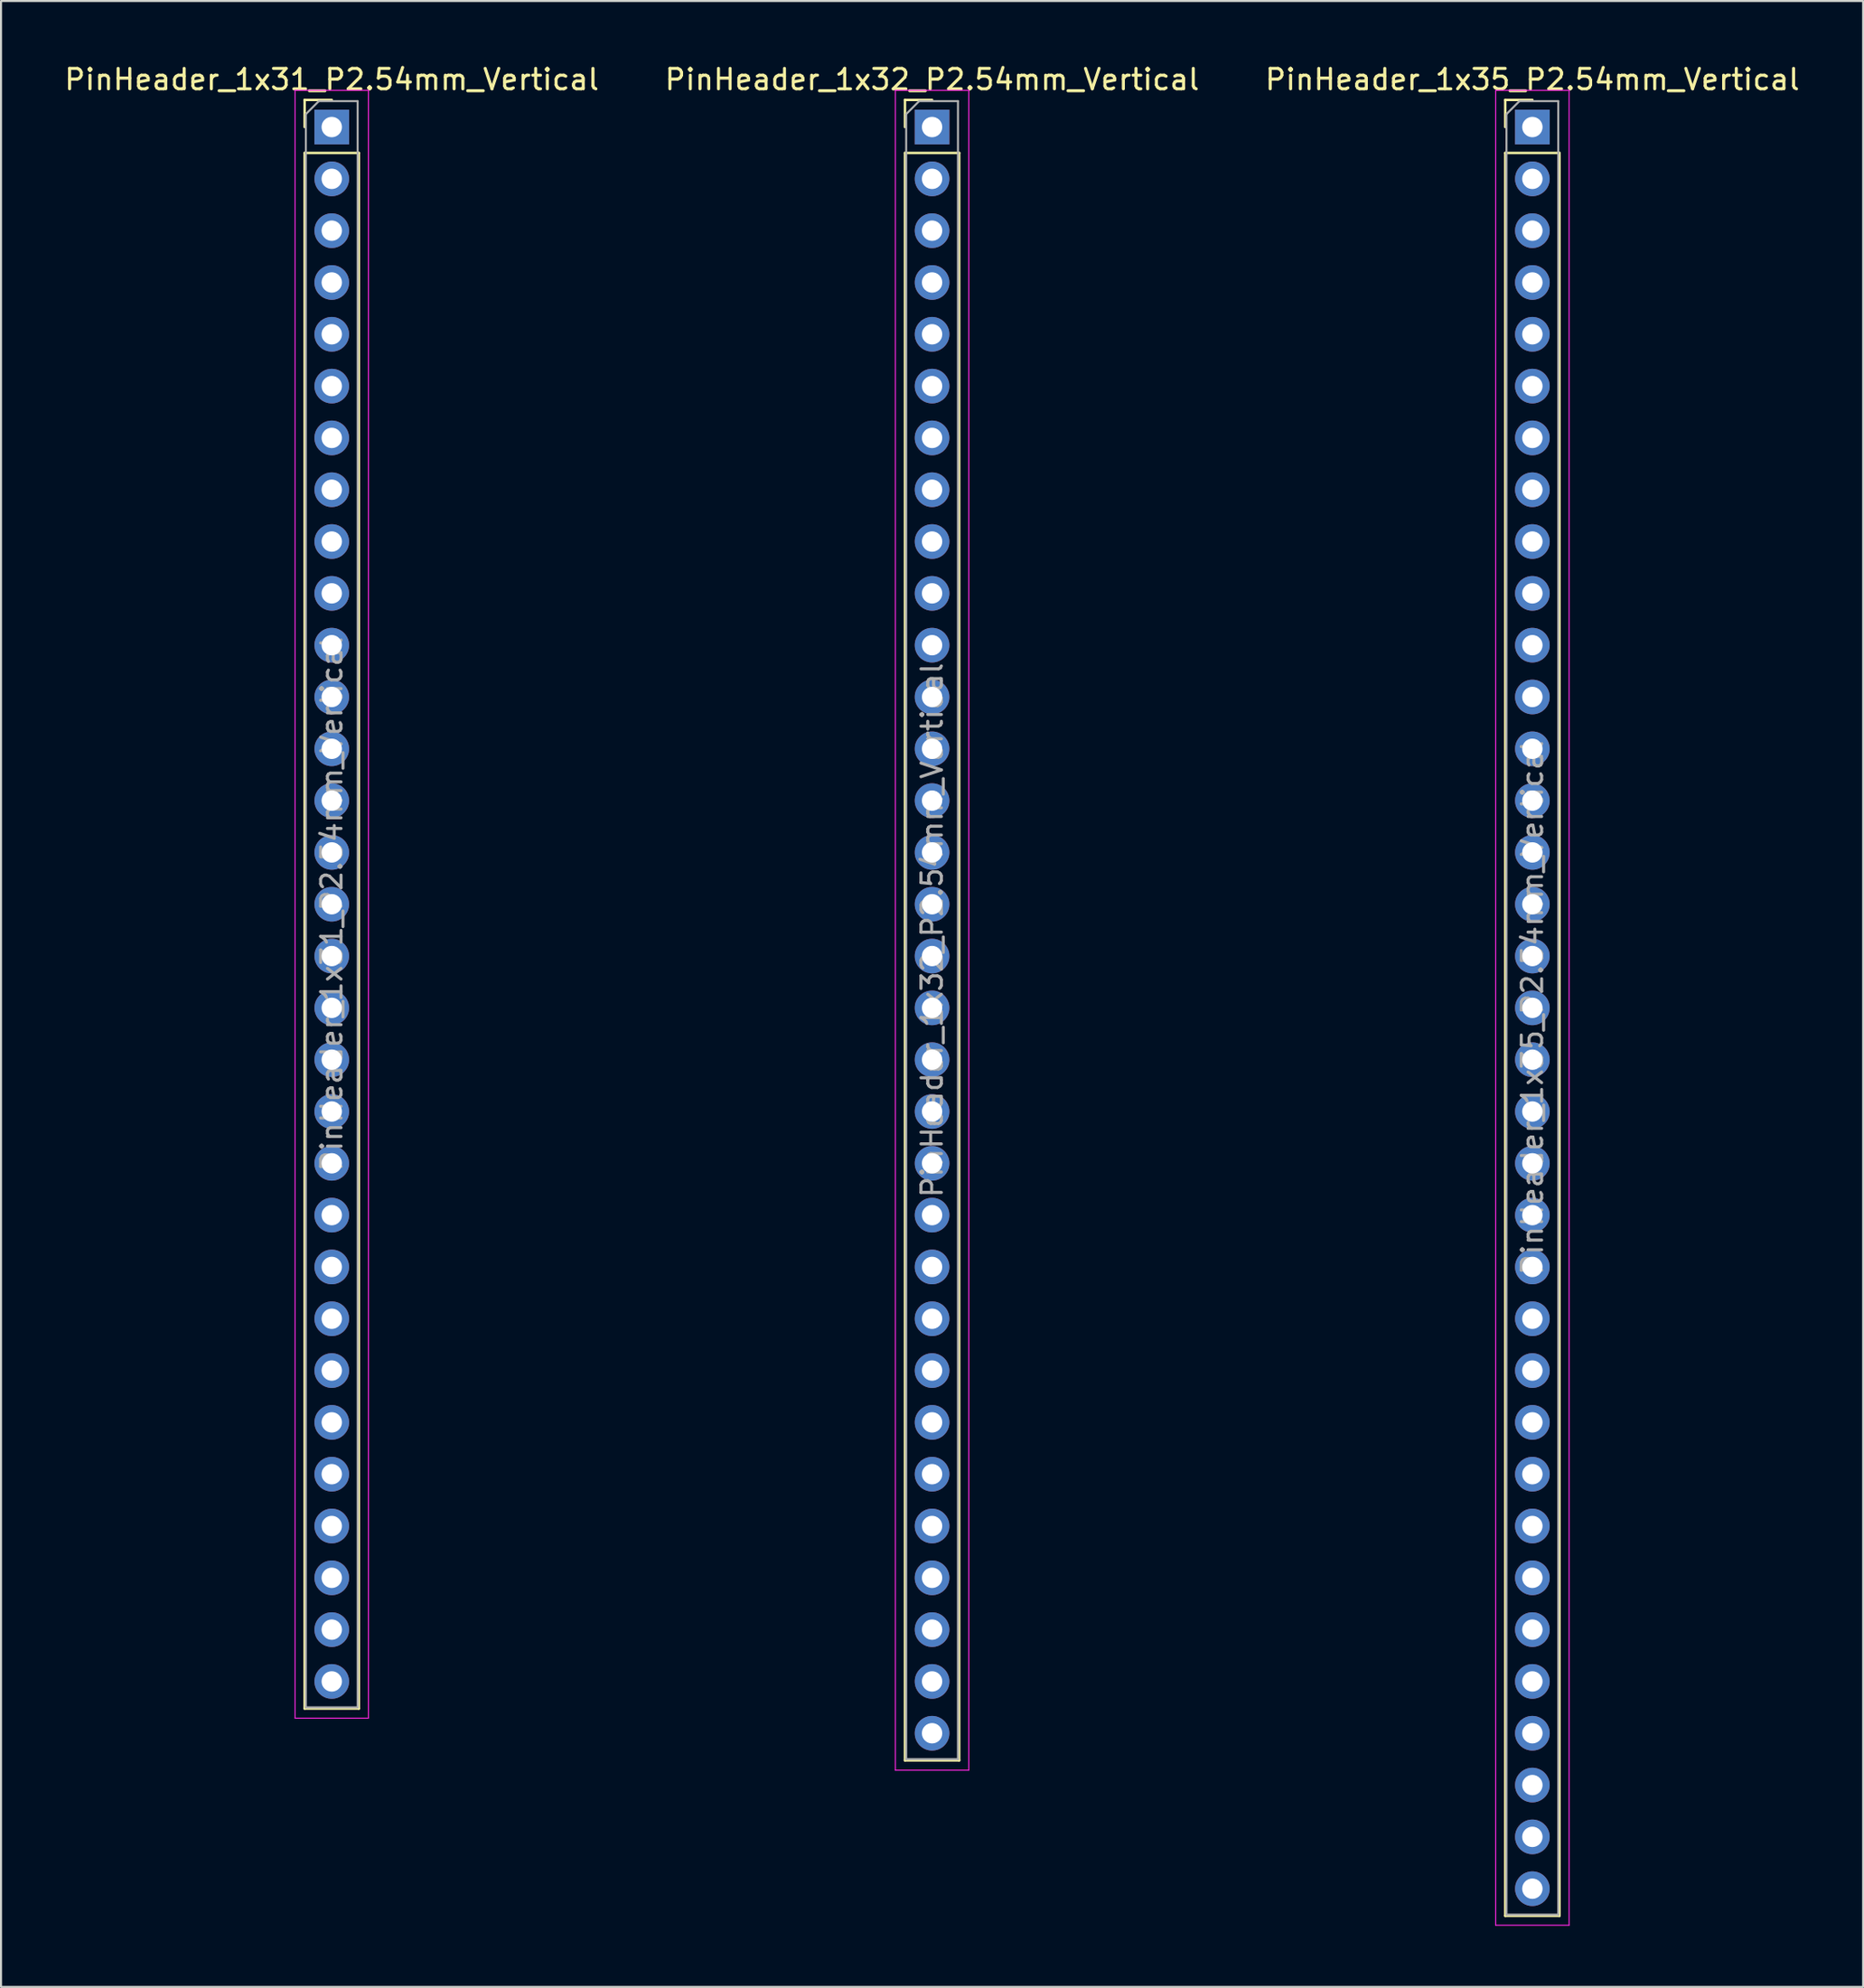
<source format=kicad_pcb>
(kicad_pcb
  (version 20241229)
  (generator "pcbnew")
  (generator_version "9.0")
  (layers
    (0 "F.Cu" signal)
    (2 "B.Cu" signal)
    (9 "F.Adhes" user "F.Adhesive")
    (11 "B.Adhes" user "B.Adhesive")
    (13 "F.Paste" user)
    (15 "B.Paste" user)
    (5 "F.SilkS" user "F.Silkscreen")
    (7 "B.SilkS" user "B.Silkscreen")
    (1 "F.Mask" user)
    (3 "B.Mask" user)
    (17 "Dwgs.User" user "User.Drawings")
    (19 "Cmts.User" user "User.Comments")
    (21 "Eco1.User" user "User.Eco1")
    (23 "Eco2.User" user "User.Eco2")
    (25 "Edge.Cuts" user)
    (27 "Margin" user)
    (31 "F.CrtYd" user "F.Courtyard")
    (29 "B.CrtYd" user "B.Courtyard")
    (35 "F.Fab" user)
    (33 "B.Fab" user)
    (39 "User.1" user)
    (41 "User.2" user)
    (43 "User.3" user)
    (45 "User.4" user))
  (footprint "PinHeader_1x31_P2.54mm_Vertical"
    (layer "F.Cu")
    (at 13.22 3.178)
    (property "Reference" "PinHeader_1x31_P2.54mm_Vertical" (at 0 -2.33 0) (layer "F.SilkS") (effects (font (size 1 1) (thickness 0.15))))
    (attr through_hole)
    (fp_line (start -1.33 -1.33) (end 0 -1.33) (stroke (width 0.12) (type solid)) (layer "F.SilkS"))
    (fp_line (start -1.33 0) (end -1.33 -1.33) (stroke (width 0.12) (type solid)) (layer "F.SilkS"))
    (fp_line (start -1.33 1.27) (end -1.33 77.53) (stroke (width 0.12) (type solid)) (layer "F.SilkS"))
    (fp_line (start -1.33 1.27) (end 1.33 1.27) (stroke (width 0.12) (type solid)) (layer "F.SilkS"))
    (fp_line (start -1.33 77.53) (end 1.33 77.53) (stroke (width 0.12) (type solid)) (layer "F.SilkS"))
    (fp_line (start 1.33 1.27) (end 1.33 77.53) (stroke (width 0.12) (type solid)) (layer "F.SilkS"))
    (fp_line (start -1.8 -1.8) (end -1.8 78) (stroke (width 0.05) (type solid)) (layer "F.CrtYd"))
    (fp_line (start -1.8 78) (end 1.8 78) (stroke (width 0.05) (type solid)) (layer "F.CrtYd"))
    (fp_line (start 1.8 -1.8) (end -1.8 -1.8) (stroke (width 0.05) (type solid)) (layer "F.CrtYd"))
    (fp_line (start 1.8 78) (end 1.8 -1.8) (stroke (width 0.05) (type solid)) (layer "F.CrtYd"))
    (fp_line (start -1.27 -0.635) (end -0.635 -1.27) (stroke (width 0.1) (type solid)) (layer "F.Fab"))
    (fp_line (start -1.27 77.47) (end -1.27 -0.635) (stroke (width 0.1) (type solid)) (layer "F.Fab"))
    (fp_line (start -0.635 -1.27) (end 1.27 -1.27) (stroke (width 0.1) (type solid)) (layer "F.Fab"))
    (fp_line (start 1.27 -1.27) (end 1.27 77.47) (stroke (width 0.1) (type solid)) (layer "F.Fab"))
    (fp_line (start 1.27 77.47) (end -1.27 77.47) (stroke (width 0.1) (type solid)) (layer "F.Fab"))
    (fp_text user "${REFERENCE}" (at 0 38.1 90) (layer "F.Fab") (effects (font (size 1 1) (thickness 0.15))))
    (pad "1" thru_hole rect (at 0 0) (size 1.7 1.7) (drill 1) (layers "*.Cu" "*.Mask"))
    (pad "2" thru_hole oval (at 0 2.54) (size 1.7 1.7) (drill 1) (layers "*.Cu" "*.Mask"))
    (pad "3" thru_hole oval (at 0 5.08) (size 1.7 1.7) (drill 1) (layers "*.Cu" "*.Mask"))
    (pad "4" thru_hole oval (at 0 7.62) (size 1.7 1.7) (drill 1) (layers "*.Cu" "*.Mask"))
    (pad "5" thru_hole oval (at 0 10.16) (size 1.7 1.7) (drill 1) (layers "*.Cu" "*.Mask"))
    (pad "6" thru_hole oval (at 0 12.7) (size 1.7 1.7) (drill 1) (layers "*.Cu" "*.Mask"))
    (pad "7" thru_hole oval (at 0 15.24) (size 1.7 1.7) (drill 1) (layers "*.Cu" "*.Mask"))
    (pad "8" thru_hole oval (at 0 17.78) (size 1.7 1.7) (drill 1) (layers "*.Cu" "*.Mask"))
    (pad "9" thru_hole oval (at 0 20.32) (size 1.7 1.7) (drill 1) (layers "*.Cu" "*.Mask"))
    (pad "10" thru_hole oval (at 0 22.86) (size 1.7 1.7) (drill 1) (layers "*.Cu" "*.Mask"))
    (pad "11" thru_hole oval (at 0 25.4) (size 1.7 1.7) (drill 1) (layers "*.Cu" "*.Mask"))
    (pad "12" thru_hole oval (at 0 27.94) (size 1.7 1.7) (drill 1) (layers "*.Cu" "*.Mask"))
    (pad "13" thru_hole oval (at 0 30.48) (size 1.7 1.7) (drill 1) (layers "*.Cu" "*.Mask"))
    (pad "14" thru_hole oval (at 0 33.02) (size 1.7 1.7) (drill 1) (layers "*.Cu" "*.Mask"))
    (pad "15" thru_hole oval (at 0 35.56) (size 1.7 1.7) (drill 1) (layers "*.Cu" "*.Mask"))
    (pad "16" thru_hole oval (at 0 38.1) (size 1.7 1.7) (drill 1) (layers "*.Cu" "*.Mask"))
    (pad "17" thru_hole oval (at 0 40.64) (size 1.7 1.7) (drill 1) (layers "*.Cu" "*.Mask"))
    (pad "18" thru_hole oval (at 0 43.18) (size 1.7 1.7) (drill 1) (layers "*.Cu" "*.Mask"))
    (pad "19" thru_hole oval (at 0 45.72) (size 1.7 1.7) (drill 1) (layers "*.Cu" "*.Mask"))
    (pad "20" thru_hole oval (at 0 48.26) (size 1.7 1.7) (drill 1) (layers "*.Cu" "*.Mask"))
    (pad "21" thru_hole oval (at 0 50.8) (size 1.7 1.7) (drill 1) (layers "*.Cu" "*.Mask"))
    (pad "22" thru_hole oval (at 0 53.34) (size 1.7 1.7) (drill 1) (layers "*.Cu" "*.Mask"))
    (pad "23" thru_hole oval (at 0 55.88) (size 1.7 1.7) (drill 1) (layers "*.Cu" "*.Mask"))
    (pad "24" thru_hole oval (at 0 58.42) (size 1.7 1.7) (drill 1) (layers "*.Cu" "*.Mask"))
    (pad "25" thru_hole oval (at 0 60.96) (size 1.7 1.7) (drill 1) (layers "*.Cu" "*.Mask"))
    (pad "26" thru_hole oval (at 0 63.5) (size 1.7 1.7) (drill 1) (layers "*.Cu" "*.Mask"))
    (pad "27" thru_hole oval (at 0 66.04) (size 1.7 1.7) (drill 1) (layers "*.Cu" "*.Mask"))
    (pad "28" thru_hole oval (at 0 68.58) (size 1.7 1.7) (drill 1) (layers "*.Cu" "*.Mask"))
    (pad "29" thru_hole oval (at 0 71.12) (size 1.7 1.7) (drill 1) (layers "*.Cu" "*.Mask"))
    (pad "30" thru_hole oval (at 0 73.66) (size 1.7 1.7) (drill 1) (layers "*.Cu" "*.Mask"))
    (pad "31" thru_hole oval (at 0 76.2) (size 1.7 1.7) (drill 1) (layers "*.Cu" "*.Mask")))
  (footprint "PinHeader_1x35_P2.54mm_Vertical"
    (layer "F.Cu")
    (at 72.101 3.178)
    (property "Reference" "PinHeader_1x35_P2.54mm_Vertical" (at 0 -2.33 0) (layer "F.SilkS") (effects (font (size 1 1) (thickness 0.15))))
    (attr through_hole)
    (fp_line (start -1.33 -1.33) (end 0 -1.33) (stroke (width 0.12) (type solid)) (layer "F.SilkS"))
    (fp_line (start -1.33 0) (end -1.33 -1.33) (stroke (width 0.12) (type solid)) (layer "F.SilkS"))
    (fp_line (start -1.33 1.27) (end -1.33 87.69) (stroke (width 0.12) (type solid)) (layer "F.SilkS"))
    (fp_line (start -1.33 1.27) (end 1.33 1.27) (stroke (width 0.12) (type solid)) (layer "F.SilkS"))
    (fp_line (start -1.33 87.69) (end 1.33 87.69) (stroke (width 0.12) (type solid)) (layer "F.SilkS"))
    (fp_line (start 1.33 1.27) (end 1.33 87.69) (stroke (width 0.12) (type solid)) (layer "F.SilkS"))
    (fp_line (start -1.8 -1.8) (end -1.8 88.15) (stroke (width 0.05) (type solid)) (layer "F.CrtYd"))
    (fp_line (start -1.8 88.15) (end 1.8 88.15) (stroke (width 0.05) (type solid)) (layer "F.CrtYd"))
    (fp_line (start 1.8 -1.8) (end -1.8 -1.8) (stroke (width 0.05) (type solid)) (layer "F.CrtYd"))
    (fp_line (start 1.8 88.15) (end 1.8 -1.8) (stroke (width 0.05) (type solid)) (layer "F.CrtYd"))
    (fp_line (start -1.27 -0.635) (end -0.635 -1.27) (stroke (width 0.1) (type solid)) (layer "F.Fab"))
    (fp_line (start -1.27 87.63) (end -1.27 -0.635) (stroke (width 0.1) (type solid)) (layer "F.Fab"))
    (fp_line (start -0.635 -1.27) (end 1.27 -1.27) (stroke (width 0.1) (type solid)) (layer "F.Fab"))
    (fp_line (start 1.27 -1.27) (end 1.27 87.63) (stroke (width 0.1) (type solid)) (layer "F.Fab"))
    (fp_line (start 1.27 87.63) (end -1.27 87.63) (stroke (width 0.1) (type solid)) (layer "F.Fab"))
    (fp_text user "${REFERENCE}" (at 0 43.18 90) (layer "F.Fab") (effects (font (size 1 1) (thickness 0.15))))
    (pad "1" thru_hole rect (at 0 0) (size 1.7 1.7) (drill 1) (layers "*.Cu" "*.Mask"))
    (pad "2" thru_hole oval (at 0 2.54) (size 1.7 1.7) (drill 1) (layers "*.Cu" "*.Mask"))
    (pad "3" thru_hole oval (at 0 5.08) (size 1.7 1.7) (drill 1) (layers "*.Cu" "*.Mask"))
    (pad "4" thru_hole oval (at 0 7.62) (size 1.7 1.7) (drill 1) (layers "*.Cu" "*.Mask"))
    (pad "5" thru_hole oval (at 0 10.16) (size 1.7 1.7) (drill 1) (layers "*.Cu" "*.Mask"))
    (pad "6" thru_hole oval (at 0 12.7) (size 1.7 1.7) (drill 1) (layers "*.Cu" "*.Mask"))
    (pad "7" thru_hole oval (at 0 15.24) (size 1.7 1.7) (drill 1) (layers "*.Cu" "*.Mask"))
    (pad "8" thru_hole oval (at 0 17.78) (size 1.7 1.7) (drill 1) (layers "*.Cu" "*.Mask"))
    (pad "9" thru_hole oval (at 0 20.32) (size 1.7 1.7) (drill 1) (layers "*.Cu" "*.Mask"))
    (pad "10" thru_hole oval (at 0 22.86) (size 1.7 1.7) (drill 1) (layers "*.Cu" "*.Mask"))
    (pad "11" thru_hole oval (at 0 25.4) (size 1.7 1.7) (drill 1) (layers "*.Cu" "*.Mask"))
    (pad "12" thru_hole oval (at 0 27.94) (size 1.7 1.7) (drill 1) (layers "*.Cu" "*.Mask"))
    (pad "13" thru_hole oval (at 0 30.48) (size 1.7 1.7) (drill 1) (layers "*.Cu" "*.Mask"))
    (pad "14" thru_hole oval (at 0 33.02) (size 1.7 1.7) (drill 1) (layers "*.Cu" "*.Mask"))
    (pad "15" thru_hole oval (at 0 35.56) (size 1.7 1.7) (drill 1) (layers "*.Cu" "*.Mask"))
    (pad "16" thru_hole oval (at 0 38.1) (size 1.7 1.7) (drill 1) (layers "*.Cu" "*.Mask"))
    (pad "17" thru_hole oval (at 0 40.64) (size 1.7 1.7) (drill 1) (layers "*.Cu" "*.Mask"))
    (pad "18" thru_hole oval (at 0 43.18) (size 1.7 1.7) (drill 1) (layers "*.Cu" "*.Mask"))
    (pad "19" thru_hole oval (at 0 45.72) (size 1.7 1.7) (drill 1) (layers "*.Cu" "*.Mask"))
    (pad "20" thru_hole oval (at 0 48.26) (size 1.7 1.7) (drill 1) (layers "*.Cu" "*.Mask"))
    (pad "21" thru_hole oval (at 0 50.8) (size 1.7 1.7) (drill 1) (layers "*.Cu" "*.Mask"))
    (pad "22" thru_hole oval (at 0 53.34) (size 1.7 1.7) (drill 1) (layers "*.Cu" "*.Mask"))
    (pad "23" thru_hole oval (at 0 55.88) (size 1.7 1.7) (drill 1) (layers "*.Cu" "*.Mask"))
    (pad "24" thru_hole oval (at 0 58.42) (size 1.7 1.7) (drill 1) (layers "*.Cu" "*.Mask"))
    (pad "25" thru_hole oval (at 0 60.96) (size 1.7 1.7) (drill 1) (layers "*.Cu" "*.Mask"))
    (pad "26" thru_hole oval (at 0 63.5) (size 1.7 1.7) (drill 1) (layers "*.Cu" "*.Mask"))
    (pad "27" thru_hole oval (at 0 66.04) (size 1.7 1.7) (drill 1) (layers "*.Cu" "*.Mask"))
    (pad "28" thru_hole oval (at 0 68.58) (size 1.7 1.7) (drill 1) (layers "*.Cu" "*.Mask"))
    (pad "29" thru_hole oval (at 0 71.12) (size 1.7 1.7) (drill 1) (layers "*.Cu" "*.Mask"))
    (pad "30" thru_hole oval (at 0 73.66) (size 1.7 1.7) (drill 1) (layers "*.Cu" "*.Mask"))
    (pad "31" thru_hole oval (at 0 76.2) (size 1.7 1.7) (drill 1) (layers "*.Cu" "*.Mask"))
    (pad "32" thru_hole oval (at 0 78.74) (size 1.7 1.7) (drill 1) (layers "*.Cu" "*.Mask"))
    (pad "33" thru_hole oval (at 0 81.28) (size 1.7 1.7) (drill 1) (layers "*.Cu" "*.Mask"))
    (pad "34" thru_hole oval (at 0 83.82) (size 1.7 1.7) (drill 1) (layers "*.Cu" "*.Mask"))
    (pad "35" thru_hole oval (at 0 86.36) (size 1.7 1.7) (drill 1) (layers "*.Cu" "*.Mask")))
  (footprint "PinHeader_1x32_P2.54mm_Vertical"
    (layer "F.Cu")
    (at 42.661 3.178)
    (property "Reference" "PinHeader_1x32_P2.54mm_Vertical" (at 0 -2.33 0) (layer "F.SilkS") (effects (font (size 1 1) (thickness 0.15))))
    (attr through_hole)
    (fp_line (start -1.33 -1.33) (end 0 -1.33) (stroke (width 0.12) (type solid)) (layer "F.SilkS"))
    (fp_line (start -1.33 0) (end -1.33 -1.33) (stroke (width 0.12) (type solid)) (layer "F.SilkS"))
    (fp_line (start -1.33 1.27) (end -1.33 80.07) (stroke (width 0.12) (type solid)) (layer "F.SilkS"))
    (fp_line (start -1.33 1.27) (end 1.33 1.27) (stroke (width 0.12) (type solid)) (layer "F.SilkS"))
    (fp_line (start -1.33 80.07) (end 1.33 80.07) (stroke (width 0.12) (type solid)) (layer "F.SilkS"))
    (fp_line (start 1.33 1.27) (end 1.33 80.07) (stroke (width 0.12) (type solid)) (layer "F.SilkS"))
    (fp_line (start -1.8 -1.8) (end -1.8 80.55) (stroke (width 0.05) (type solid)) (layer "F.CrtYd"))
    (fp_line (start -1.8 80.55) (end 1.8 80.55) (stroke (width 0.05) (type solid)) (layer "F.CrtYd"))
    (fp_line (start 1.8 -1.8) (end -1.8 -1.8) (stroke (width 0.05) (type solid)) (layer "F.CrtYd"))
    (fp_line (start 1.8 80.55) (end 1.8 -1.8) (stroke (width 0.05) (type solid)) (layer "F.CrtYd"))
    (fp_line (start -1.27 -0.635) (end -0.635 -1.27) (stroke (width 0.1) (type solid)) (layer "F.Fab"))
    (fp_line (start -1.27 80.01) (end -1.27 -0.635) (stroke (width 0.1) (type solid)) (layer "F.Fab"))
    (fp_line (start -0.635 -1.27) (end 1.27 -1.27) (stroke (width 0.1) (type solid)) (layer "F.Fab"))
    (fp_line (start 1.27 -1.27) (end 1.27 80.01) (stroke (width 0.1) (type solid)) (layer "F.Fab"))
    (fp_line (start 1.27 80.01) (end -1.27 80.01) (stroke (width 0.1) (type solid)) (layer "F.Fab"))
    (fp_text user "${REFERENCE}" (at 0 39.37 90) (layer "F.Fab") (effects (font (size 1 1) (thickness 0.15))))
    (pad "1" thru_hole rect (at 0 0) (size 1.7 1.7) (drill 1) (layers "*.Cu" "*.Mask"))
    (pad "2" thru_hole oval (at 0 2.54) (size 1.7 1.7) (drill 1) (layers "*.Cu" "*.Mask"))
    (pad "3" thru_hole oval (at 0 5.08) (size 1.7 1.7) (drill 1) (layers "*.Cu" "*.Mask"))
    (pad "4" thru_hole oval (at 0 7.62) (size 1.7 1.7) (drill 1) (layers "*.Cu" "*.Mask"))
    (pad "5" thru_hole oval (at 0 10.16) (size 1.7 1.7) (drill 1) (layers "*.Cu" "*.Mask"))
    (pad "6" thru_hole oval (at 0 12.7) (size 1.7 1.7) (drill 1) (layers "*.Cu" "*.Mask"))
    (pad "7" thru_hole oval (at 0 15.24) (size 1.7 1.7) (drill 1) (layers "*.Cu" "*.Mask"))
    (pad "8" thru_hole oval (at 0 17.78) (size 1.7 1.7) (drill 1) (layers "*.Cu" "*.Mask"))
    (pad "9" thru_hole oval (at 0 20.32) (size 1.7 1.7) (drill 1) (layers "*.Cu" "*.Mask"))
    (pad "10" thru_hole oval (at 0 22.86) (size 1.7 1.7) (drill 1) (layers "*.Cu" "*.Mask"))
    (pad "11" thru_hole oval (at 0 25.4) (size 1.7 1.7) (drill 1) (layers "*.Cu" "*.Mask"))
    (pad "12" thru_hole oval (at 0 27.94) (size 1.7 1.7) (drill 1) (layers "*.Cu" "*.Mask"))
    (pad "13" thru_hole oval (at 0 30.48) (size 1.7 1.7) (drill 1) (layers "*.Cu" "*.Mask"))
    (pad "14" thru_hole oval (at 0 33.02) (size 1.7 1.7) (drill 1) (layers "*.Cu" "*.Mask"))
    (pad "15" thru_hole oval (at 0 35.56) (size 1.7 1.7) (drill 1) (layers "*.Cu" "*.Mask"))
    (pad "16" thru_hole oval (at 0 38.1) (size 1.7 1.7) (drill 1) (layers "*.Cu" "*.Mask"))
    (pad "17" thru_hole oval (at 0 40.64) (size 1.7 1.7) (drill 1) (layers "*.Cu" "*.Mask"))
    (pad "18" thru_hole oval (at 0 43.18) (size 1.7 1.7) (drill 1) (layers "*.Cu" "*.Mask"))
    (pad "19" thru_hole oval (at 0 45.72) (size 1.7 1.7) (drill 1) (layers "*.Cu" "*.Mask"))
    (pad "20" thru_hole oval (at 0 48.26) (size 1.7 1.7) (drill 1) (layers "*.Cu" "*.Mask"))
    (pad "21" thru_hole oval (at 0 50.8) (size 1.7 1.7) (drill 1) (layers "*.Cu" "*.Mask"))
    (pad "22" thru_hole oval (at 0 53.34) (size 1.7 1.7) (drill 1) (layers "*.Cu" "*.Mask"))
    (pad "23" thru_hole oval (at 0 55.88) (size 1.7 1.7) (drill 1) (layers "*.Cu" "*.Mask"))
    (pad "24" thru_hole oval (at 0 58.42) (size 1.7 1.7) (drill 1) (layers "*.Cu" "*.Mask"))
    (pad "25" thru_hole oval (at 0 60.96) (size 1.7 1.7) (drill 1) (layers "*.Cu" "*.Mask"))
    (pad "26" thru_hole oval (at 0 63.5) (size 1.7 1.7) (drill 1) (layers "*.Cu" "*.Mask"))
    (pad "27" thru_hole oval (at 0 66.04) (size 1.7 1.7) (drill 1) (layers "*.Cu" "*.Mask"))
    (pad "28" thru_hole oval (at 0 68.58) (size 1.7 1.7) (drill 1) (layers "*.Cu" "*.Mask"))
    (pad "29" thru_hole oval (at 0 71.12) (size 1.7 1.7) (drill 1) (layers "*.Cu" "*.Mask"))
    (pad "30" thru_hole oval (at 0 73.66) (size 1.7 1.7) (drill 1) (layers "*.Cu" "*.Mask"))
    (pad "31" thru_hole oval (at 0 76.2) (size 1.7 1.7) (drill 1) (layers "*.Cu" "*.Mask"))
    (pad "32" thru_hole oval (at 0 78.74) (size 1.7 1.7) (drill 1) (layers "*.Cu" "*.Mask")))
  (gr_rect
    (start -3 -3)
    (end 88.321 94.353)
    (stroke (width 0.1) (type default))
    (fill no)
    (layer "Edge.Cuts")))
</source>
